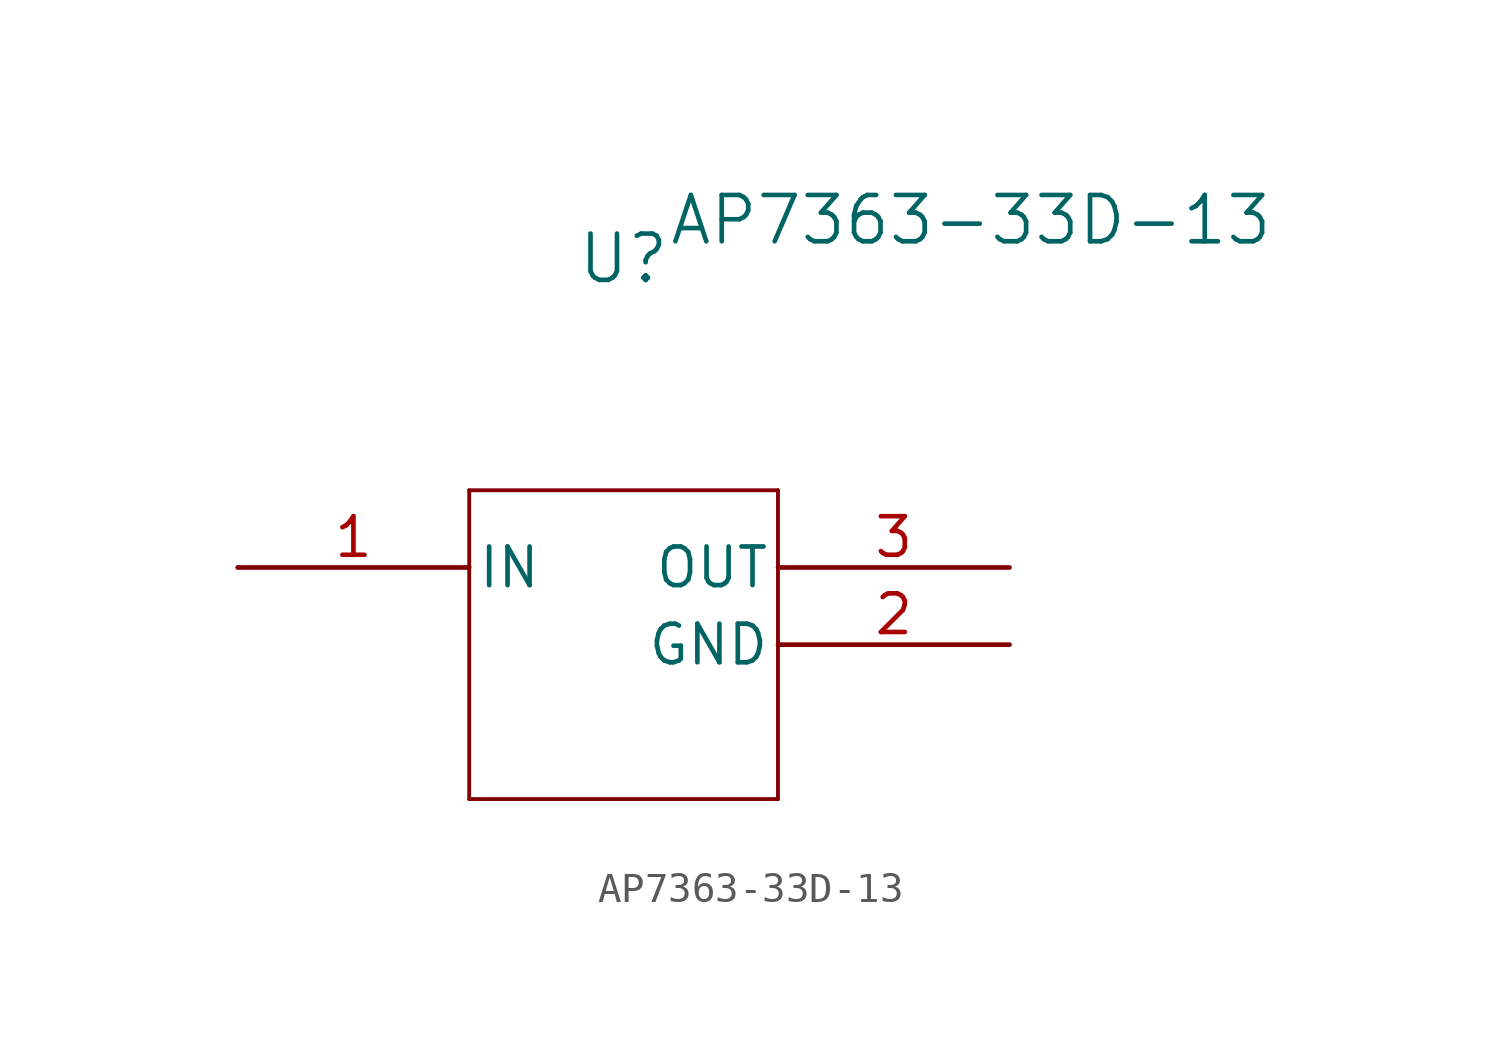
<source format=kicad_sym>
(kicad_symbol_lib
  (version 20231120)
  (generator "kicad_symbol_editor")
  (generator_version "8.0")
  (symbol "AP7363-33D-13"
    (pin_names
      (offset 0.254))
    (property "Reference" "U"
      (at 0 10.16 0)
      (effects (font (size 1.524 1.524))))
    (property "Value" "AP7363-33D-13"
      (at 11.43 11.43 0)
      (effects (font (size 1.524 1.524))))
    (property "ki_locked" ""
      (at 0 0 0)
      (effects (font (size 1.27 1.27))))
    (symbol "AP7363-33D-13_0_1"
      (polyline (pts (xy -5.08 2.54) (xy -5.08 -7.62)) (stroke (width 0.127) (type default)) (fill (type none)))
      (polyline (pts (xy 5.08 -7.62) (xy 5.08 2.54)) (stroke (width 0.127) (type default)) (fill (type none)))
      (polyline (pts (xy 5.08 2.54) (xy -5.08 2.54)) (stroke (width 0.127) (type default)) (fill (type none)))
      (pin input line (at -12.7 0 0) (length 7.62) (name "IN" (effects (font (size 1.27 1.27)))) (number "1" (effects (font (size 1.27 1.27)))))
      (pin power_in line (at 12.7 -2.54 180) (length 7.62) (name "GND" (effects (font (size 1.27 1.27)))) (number "2" (effects (font (size 1.27 1.27)))))
      (pin power_out line (at 12.7 0 180) (length 7.62) (name "OUT" (effects (font (size 1.27 1.27)))) (number "3" (effects (font (size 1.27 1.27))))))
    (symbol "AP7363-33D-13_1_1"
      (polyline (pts (xy -5.08 -7.62) (xy 5.08 -7.62)) (stroke (width 0.127) (type default)) (fill (type none))))))
</source>
